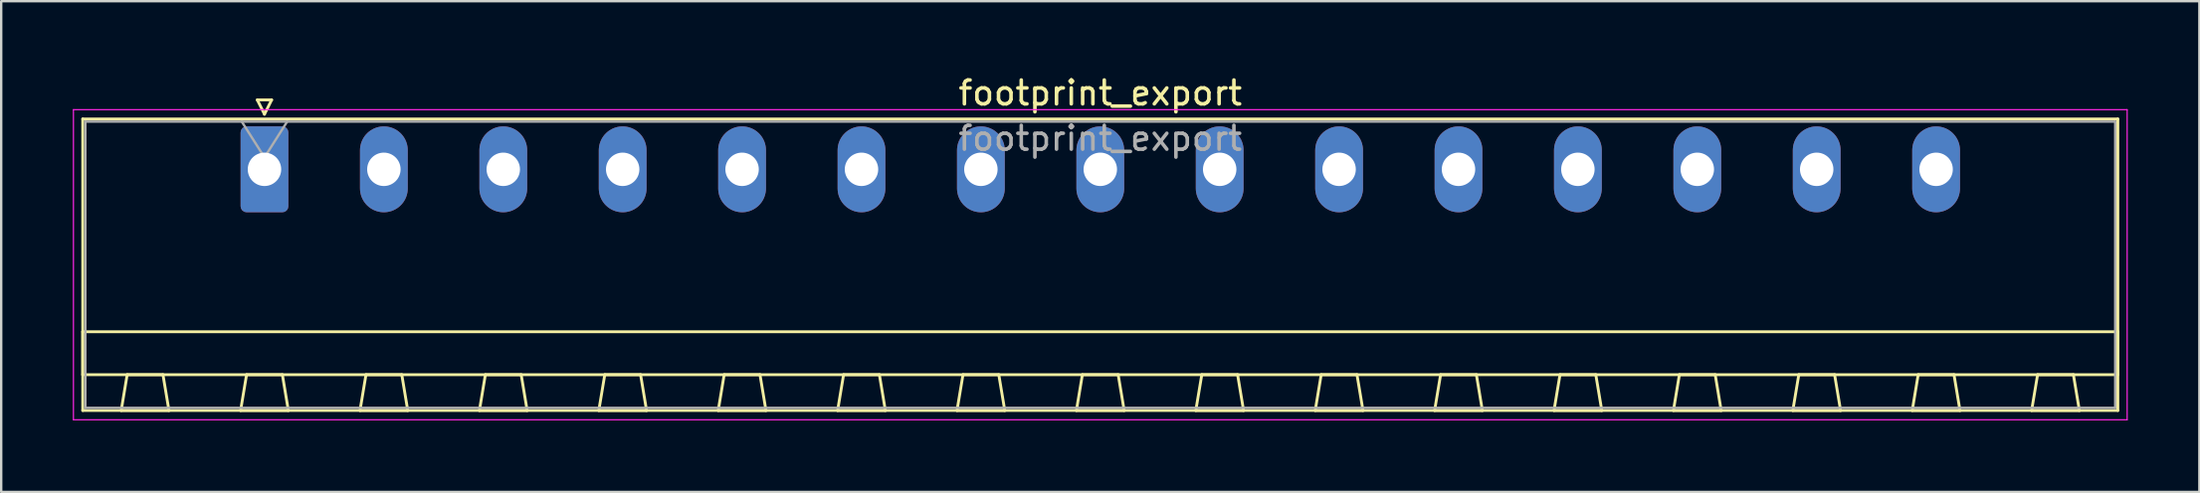
<source format=kicad_pcb>
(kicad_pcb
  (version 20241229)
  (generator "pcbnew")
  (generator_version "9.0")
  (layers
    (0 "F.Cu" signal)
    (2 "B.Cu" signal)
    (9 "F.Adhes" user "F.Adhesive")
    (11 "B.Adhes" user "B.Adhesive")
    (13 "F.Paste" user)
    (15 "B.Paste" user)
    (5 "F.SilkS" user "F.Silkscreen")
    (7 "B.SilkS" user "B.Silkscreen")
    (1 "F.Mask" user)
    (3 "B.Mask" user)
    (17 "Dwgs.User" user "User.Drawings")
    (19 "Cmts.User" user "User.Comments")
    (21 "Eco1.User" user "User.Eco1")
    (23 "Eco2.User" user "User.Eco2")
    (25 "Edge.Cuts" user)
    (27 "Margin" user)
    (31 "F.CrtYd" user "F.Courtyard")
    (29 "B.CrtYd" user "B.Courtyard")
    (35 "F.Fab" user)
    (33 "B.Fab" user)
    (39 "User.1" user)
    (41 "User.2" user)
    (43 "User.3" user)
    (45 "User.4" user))
  (footprint "footprint_export"
    (layer "F.Cu")
    (at 8.025 4.048)
    (property "Reference" "footprint_export" (at 35 -3.2 0) (layer "F.SilkS") (effects (font (size 1 1) (thickness 0.15))))
    (attr through_hole)
    (fp_line (start -7.61 -2.11) (end -7.61 10.11) (stroke (width 0.12) (type solid)) (layer "F.SilkS"))
    (fp_line (start -7.61 6.81) (end 77.61 6.81) (stroke (width 0.12) (type solid)) (layer "F.SilkS"))
    (fp_line (start -7.61 8.61) (end -7.61 6.81) (stroke (width 0.12) (type solid)) (layer "F.SilkS"))
    (fp_line (start -7.61 10.11) (end 77.61 10.11) (stroke (width 0.12) (type solid)) (layer "F.SilkS"))
    (fp_line (start -6 10.11) (end -4 10.11) (stroke (width 0.12) (type solid)) (layer "F.SilkS"))
    (fp_line (start -5.75 8.61) (end -6 10.11) (stroke (width 0.12) (type solid)) (layer "F.SilkS"))
    (fp_line (start -4.25 8.61) (end -5.75 8.61) (stroke (width 0.12) (type solid)) (layer "F.SilkS"))
    (fp_line (start -4 10.11) (end -4.25 8.61) (stroke (width 0.12) (type solid)) (layer "F.SilkS"))
    (fp_line (start -1 10.11) (end 1 10.11) (stroke (width 0.12) (type solid)) (layer "F.SilkS"))
    (fp_line (start -0.75 8.61) (end -1 10.11) (stroke (width 0.12) (type solid)) (layer "F.SilkS"))
    (fp_line (start -0.3 -2.91) (end 0.3 -2.91) (stroke (width 0.12) (type solid)) (layer "F.SilkS"))
    (fp_line (start 0 -2.31) (end -0.3 -2.91) (stroke (width 0.12) (type solid)) (layer "F.SilkS"))
    (fp_line (start 0.3 -2.91) (end 0 -2.31) (stroke (width 0.12) (type solid)) (layer "F.SilkS"))
    (fp_line (start 0.75 8.61) (end -0.75 8.61) (stroke (width 0.12) (type solid)) (layer "F.SilkS"))
    (fp_line (start 1 10.11) (end 0.75 8.61) (stroke (width 0.12) (type solid)) (layer "F.SilkS"))
    (fp_line (start 4 10.11) (end 6 10.11) (stroke (width 0.12) (type solid)) (layer "F.SilkS"))
    (fp_line (start 4.25 8.61) (end 4 10.11) (stroke (width 0.12) (type solid)) (layer "F.SilkS"))
    (fp_line (start 5.75 8.61) (end 4.25 8.61) (stroke (width 0.12) (type solid)) (layer "F.SilkS"))
    (fp_line (start 6 10.11) (end 5.75 8.61) (stroke (width 0.12) (type solid)) (layer "F.SilkS"))
    (fp_line (start 9 10.11) (end 11 10.11) (stroke (width 0.12) (type solid)) (layer "F.SilkS"))
    (fp_line (start 9.25 8.61) (end 9 10.11) (stroke (width 0.12) (type solid)) (layer "F.SilkS"))
    (fp_line (start 10.75 8.61) (end 9.25 8.61) (stroke (width 0.12) (type solid)) (layer "F.SilkS"))
    (fp_line (start 11 10.11) (end 10.75 8.61) (stroke (width 0.12) (type solid)) (layer "F.SilkS"))
    (fp_line (start 14 10.11) (end 16 10.11) (stroke (width 0.12) (type solid)) (layer "F.SilkS"))
    (fp_line (start 14.25 8.61) (end 14 10.11) (stroke (width 0.12) (type solid)) (layer "F.SilkS"))
    (fp_line (start 15.75 8.61) (end 14.25 8.61) (stroke (width 0.12) (type solid)) (layer "F.SilkS"))
    (fp_line (start 16 10.11) (end 15.75 8.61) (stroke (width 0.12) (type solid)) (layer "F.SilkS"))
    (fp_line (start 19 10.11) (end 21 10.11) (stroke (width 0.12) (type solid)) (layer "F.SilkS"))
    (fp_line (start 19.25 8.61) (end 19 10.11) (stroke (width 0.12) (type solid)) (layer "F.SilkS"))
    (fp_line (start 20.75 8.61) (end 19.25 8.61) (stroke (width 0.12) (type solid)) (layer "F.SilkS"))
    (fp_line (start 21 10.11) (end 20.75 8.61) (stroke (width 0.12) (type solid)) (layer "F.SilkS"))
    (fp_line (start 24 10.11) (end 26 10.11) (stroke (width 0.12) (type solid)) (layer "F.SilkS"))
    (fp_line (start 24.25 8.61) (end 24 10.11) (stroke (width 0.12) (type solid)) (layer "F.SilkS"))
    (fp_line (start 25.75 8.61) (end 24.25 8.61) (stroke (width 0.12) (type solid)) (layer "F.SilkS"))
    (fp_line (start 26 10.11) (end 25.75 8.61) (stroke (width 0.12) (type solid)) (layer "F.SilkS"))
    (fp_line (start 29 10.11) (end 31 10.11) (stroke (width 0.12) (type solid)) (layer "F.SilkS"))
    (fp_line (start 29.25 8.61) (end 29 10.11) (stroke (width 0.12) (type solid)) (layer "F.SilkS"))
    (fp_line (start 30.75 8.61) (end 29.25 8.61) (stroke (width 0.12) (type solid)) (layer "F.SilkS"))
    (fp_line (start 31 10.11) (end 30.75 8.61) (stroke (width 0.12) (type solid)) (layer "F.SilkS"))
    (fp_line (start 34 10.11) (end 36 10.11) (stroke (width 0.12) (type solid)) (layer "F.SilkS"))
    (fp_line (start 34.25 8.61) (end 34 10.11) (stroke (width 0.12) (type solid)) (layer "F.SilkS"))
    (fp_line (start 35.75 8.61) (end 34.25 8.61) (stroke (width 0.12) (type solid)) (layer "F.SilkS"))
    (fp_line (start 36 10.11) (end 35.75 8.61) (stroke (width 0.12) (type solid)) (layer "F.SilkS"))
    (fp_line (start 39 10.11) (end 41 10.11) (stroke (width 0.12) (type solid)) (layer "F.SilkS"))
    (fp_line (start 39.25 8.61) (end 39 10.11) (stroke (width 0.12) (type solid)) (layer "F.SilkS"))
    (fp_line (start 40.75 8.61) (end 39.25 8.61) (stroke (width 0.12) (type solid)) (layer "F.SilkS"))
    (fp_line (start 41 10.11) (end 40.75 8.61) (stroke (width 0.12) (type solid)) (layer "F.SilkS"))
    (fp_line (start 44 10.11) (end 46 10.11) (stroke (width 0.12) (type solid)) (layer "F.SilkS"))
    (fp_line (start 44.25 8.61) (end 44 10.11) (stroke (width 0.12) (type solid)) (layer "F.SilkS"))
    (fp_line (start 45.75 8.61) (end 44.25 8.61) (stroke (width 0.12) (type solid)) (layer "F.SilkS"))
    (fp_line (start 46 10.11) (end 45.75 8.61) (stroke (width 0.12) (type solid)) (layer "F.SilkS"))
    (fp_line (start 49 10.11) (end 51 10.11) (stroke (width 0.12) (type solid)) (layer "F.SilkS"))
    (fp_line (start 49.25 8.61) (end 49 10.11) (stroke (width 0.12) (type solid)) (layer "F.SilkS"))
    (fp_line (start 50.75 8.61) (end 49.25 8.61) (stroke (width 0.12) (type solid)) (layer "F.SilkS"))
    (fp_line (start 51 10.11) (end 50.75 8.61) (stroke (width 0.12) (type solid)) (layer "F.SilkS"))
    (fp_line (start 54 10.11) (end 56 10.11) (stroke (width 0.12) (type solid)) (layer "F.SilkS"))
    (fp_line (start 54.25 8.61) (end 54 10.11) (stroke (width 0.12) (type solid)) (layer "F.SilkS"))
    (fp_line (start 55.75 8.61) (end 54.25 8.61) (stroke (width 0.12) (type solid)) (layer "F.SilkS"))
    (fp_line (start 56 10.11) (end 55.75 8.61) (stroke (width 0.12) (type solid)) (layer "F.SilkS"))
    (fp_line (start 59 10.11) (end 61 10.11) (stroke (width 0.12) (type solid)) (layer "F.SilkS"))
    (fp_line (start 59.25 8.61) (end 59 10.11) (stroke (width 0.12) (type solid)) (layer "F.SilkS"))
    (fp_line (start 60.75 8.61) (end 59.25 8.61) (stroke (width 0.12) (type solid)) (layer "F.SilkS"))
    (fp_line (start 61 10.11) (end 60.75 8.61) (stroke (width 0.12) (type solid)) (layer "F.SilkS"))
    (fp_line (start 64 10.11) (end 66 10.11) (stroke (width 0.12) (type solid)) (layer "F.SilkS"))
    (fp_line (start 64.25 8.61) (end 64 10.11) (stroke (width 0.12) (type solid)) (layer "F.SilkS"))
    (fp_line (start 65.75 8.61) (end 64.25 8.61) (stroke (width 0.12) (type solid)) (layer "F.SilkS"))
    (fp_line (start 66 10.11) (end 65.75 8.61) (stroke (width 0.12) (type solid)) (layer "F.SilkS"))
    (fp_line (start 69 10.11) (end 71 10.11) (stroke (width 0.12) (type solid)) (layer "F.SilkS"))
    (fp_line (start 69.25 8.61) (end 69 10.11) (stroke (width 0.12) (type solid)) (layer "F.SilkS"))
    (fp_line (start 70.75 8.61) (end 69.25 8.61) (stroke (width 0.12) (type solid)) (layer "F.SilkS"))
    (fp_line (start 71 10.11) (end 70.75 8.61) (stroke (width 0.12) (type solid)) (layer "F.SilkS"))
    (fp_line (start 74 10.11) (end 76 10.11) (stroke (width 0.12) (type solid)) (layer "F.SilkS"))
    (fp_line (start 74.25 8.61) (end 74 10.11) (stroke (width 0.12) (type solid)) (layer "F.SilkS"))
    (fp_line (start 75.75 8.61) (end 74.25 8.61) (stroke (width 0.12) (type solid)) (layer "F.SilkS"))
    (fp_line (start 76 10.11) (end 75.75 8.61) (stroke (width 0.12) (type solid)) (layer "F.SilkS"))
    (fp_line (start 77.61 -2.11) (end -7.61 -2.11) (stroke (width 0.12) (type solid)) (layer "F.SilkS"))
    (fp_line (start 77.61 6.81) (end 77.61 8.61) (stroke (width 0.12) (type solid)) (layer "F.SilkS"))
    (fp_line (start 77.61 8.61) (end -7.61 8.61) (stroke (width 0.12) (type solid)) (layer "F.SilkS"))
    (fp_line (start 77.61 10.11) (end 77.61 -2.11) (stroke (width 0.12) (type solid)) (layer "F.SilkS"))
    (fp_line (start -8 -2.5) (end -8 10.5) (stroke (width 0.05) (type solid)) (layer "F.CrtYd"))
    (fp_line (start -8 10.5) (end 78 10.5) (stroke (width 0.05) (type solid)) (layer "F.CrtYd"))
    (fp_line (start 78 -2.5) (end -8 -2.5) (stroke (width 0.05) (type solid)) (layer "F.CrtYd"))
    (fp_line (start 78 10.5) (end 78 -2.5) (stroke (width 0.05) (type solid)) (layer "F.CrtYd"))
    (fp_line (start -7.5 -2) (end -7.5 10) (stroke (width 0.1) (type solid)) (layer "F.Fab"))
    (fp_line (start -7.5 10) (end 77.5 10) (stroke (width 0.1) (type solid)) (layer "F.Fab"))
    (fp_line (start 0 -0.5) (end -0.95 -2) (stroke (width 0.1) (type solid)) (layer "F.Fab"))
    (fp_line (start 0.95 -2) (end 0 -0.5) (stroke (width 0.1) (type solid)) (layer "F.Fab"))
    (fp_line (start 77.5 -2) (end -7.5 -2) (stroke (width 0.1) (type solid)) (layer "F.Fab"))
    (fp_line (start 77.5 10) (end 77.5 -2) (stroke (width 0.1) (type solid)) (layer "F.Fab"))
    (fp_text user "${REFERENCE}" (at 35 -1.3 0) (layer "F.Fab") (effects (font (size 1 1) (thickness 0.15))))
    (pad "1" thru_hole roundrect (at 0 0) (size 2 3.6) (drill 1.4) (layers "*.Cu" "*.Mask") (roundrect_rratio 0.125))
    (pad "2" thru_hole oval (at 5 0) (size 2 3.6) (drill 1.4) (layers "*.Cu" "*.Mask"))
    (pad "3" thru_hole oval (at 10 0) (size 2 3.6) (drill 1.4) (layers "*.Cu" "*.Mask"))
    (pad "4" thru_hole oval (at 15 0) (size 2 3.6) (drill 1.4) (layers "*.Cu" "*.Mask"))
    (pad "5" thru_hole oval (at 20 0) (size 2 3.6) (drill 1.4) (layers "*.Cu" "*.Mask"))
    (pad "6" thru_hole oval (at 25 0) (size 2 3.6) (drill 1.4) (layers "*.Cu" "*.Mask"))
    (pad "7" thru_hole oval (at 30 0) (size 2 3.6) (drill 1.4) (layers "*.Cu" "*.Mask"))
    (pad "8" thru_hole oval (at 35 0) (size 2 3.6) (drill 1.4) (layers "*.Cu" "*.Mask"))
    (pad "9" thru_hole oval (at 40 0) (size 2 3.6) (drill 1.4) (layers "*.Cu" "*.Mask"))
    (pad "10" thru_hole oval (at 45 0) (size 2 3.6) (drill 1.4) (layers "*.Cu" "*.Mask"))
    (pad "11" thru_hole oval (at 50 0) (size 2 3.6) (drill 1.4) (layers "*.Cu" "*.Mask"))
    (pad "12" thru_hole oval (at 55 0) (size 2 3.6) (drill 1.4) (layers "*.Cu" "*.Mask"))
    (pad "13" thru_hole oval (at 60 0) (size 2 3.6) (drill 1.4) (layers "*.Cu" "*.Mask"))
    (pad "14" thru_hole oval (at 65 0) (size 2 3.6) (drill 1.4) (layers "*.Cu" "*.Mask"))
    (pad "15" thru_hole oval (at 70 0) (size 2 3.6) (drill 1.4) (layers "*.Cu" "*.Mask")))
  (gr_rect
    (start -3 -3)
    (end 89.05 17.573)
    (stroke (width 0.1) (type default))
    (fill no)
    (layer "Edge.Cuts")))
</source>
